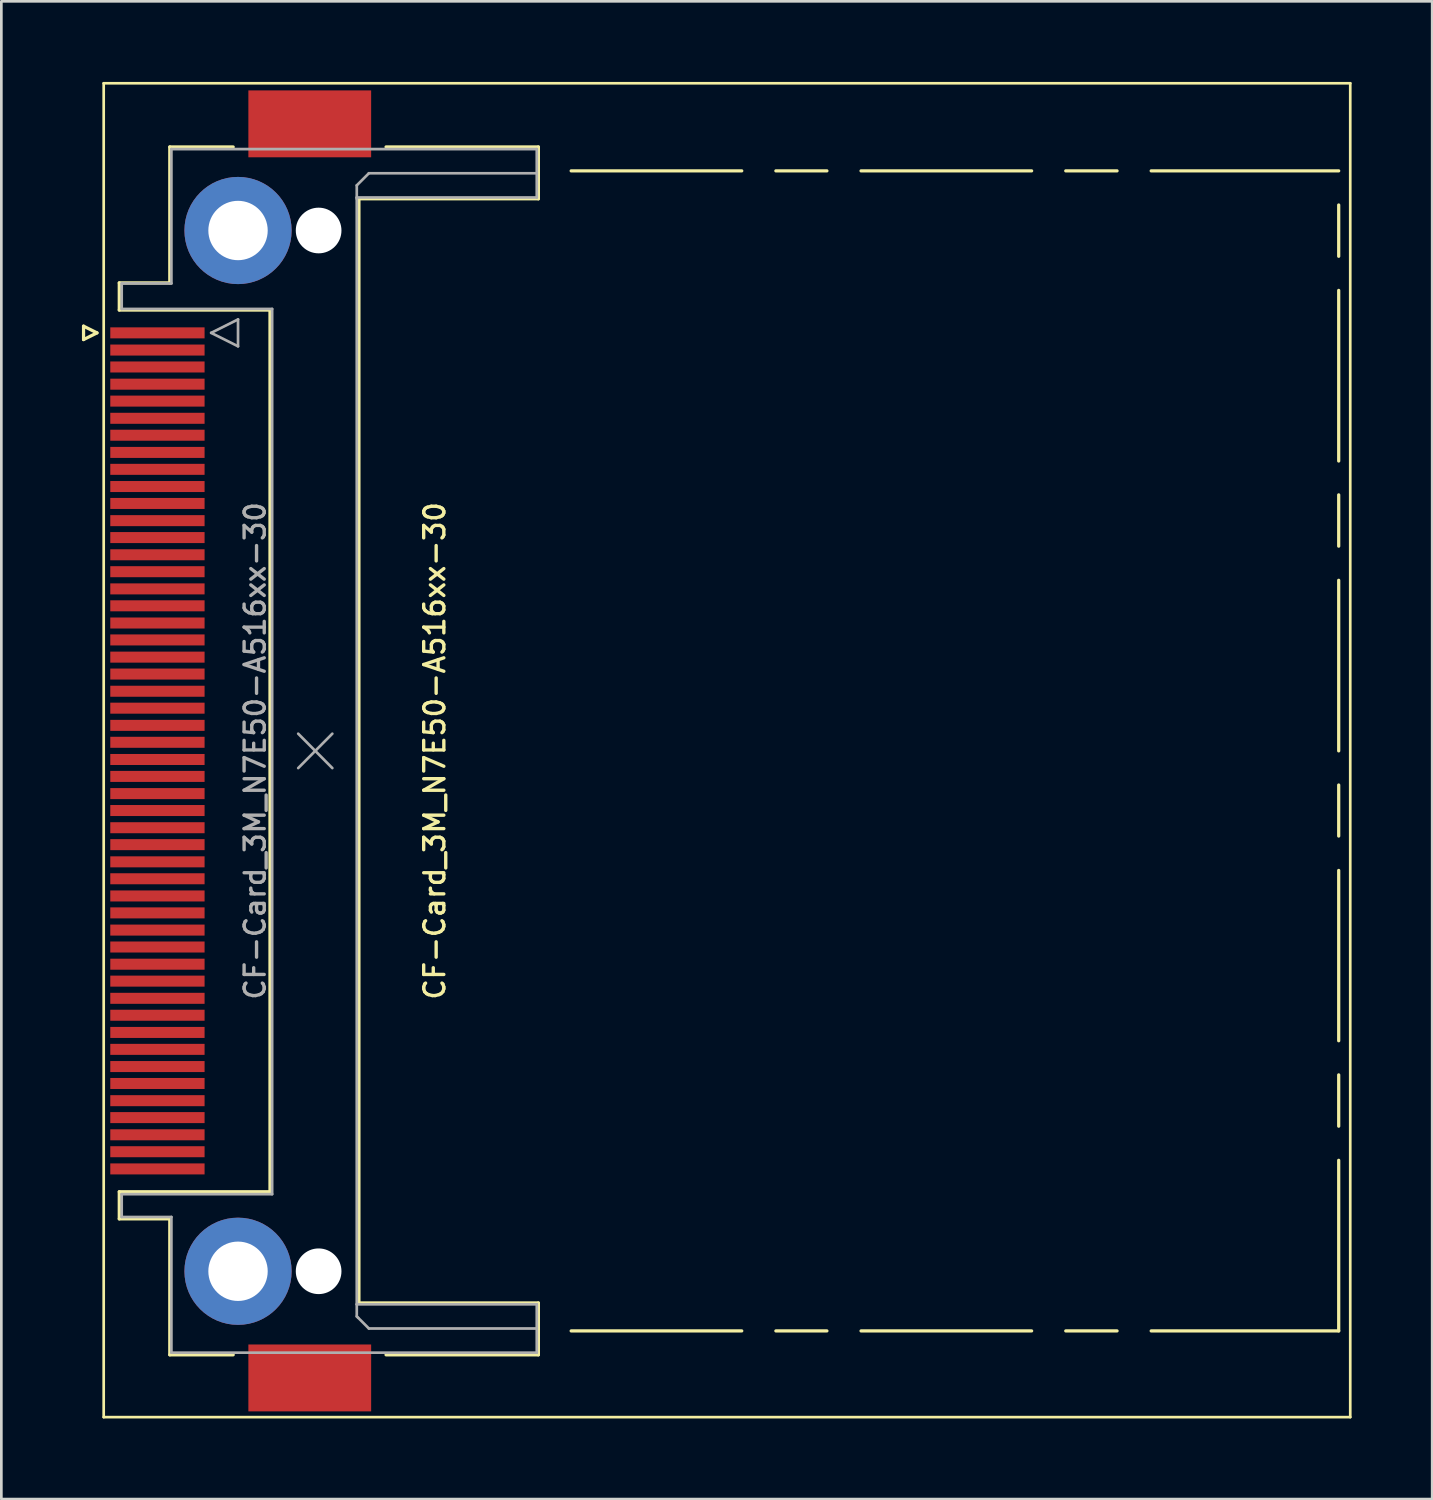
<source format=kicad_pcb>
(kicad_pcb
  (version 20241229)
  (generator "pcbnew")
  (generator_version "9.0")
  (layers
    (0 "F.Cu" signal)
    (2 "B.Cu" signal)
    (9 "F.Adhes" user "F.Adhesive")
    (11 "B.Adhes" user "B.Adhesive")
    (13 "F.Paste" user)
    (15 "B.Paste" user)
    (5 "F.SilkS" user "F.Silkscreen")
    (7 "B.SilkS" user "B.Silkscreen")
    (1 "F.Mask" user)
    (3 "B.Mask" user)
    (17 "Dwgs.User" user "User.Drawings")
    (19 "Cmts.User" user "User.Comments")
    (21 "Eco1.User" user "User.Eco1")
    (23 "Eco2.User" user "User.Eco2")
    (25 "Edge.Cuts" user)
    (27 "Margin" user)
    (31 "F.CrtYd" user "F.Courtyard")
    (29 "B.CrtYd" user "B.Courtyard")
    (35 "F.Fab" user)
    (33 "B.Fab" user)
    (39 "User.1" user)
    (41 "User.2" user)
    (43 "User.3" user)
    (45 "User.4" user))
  (footprint "CF-Card_3M_N7E50-A516xx-30"
    (layer "F.Cu")
    (at 5.91 24.9)
    (property "Reference" "CF-Card_3M_N7E50-A516xx-30" (at 7.22 0 90) (layer "F.SilkS") (effects (font (size 0.75 0.75) (thickness 0.125))))
    (attr smd)
    (fp_line (start -5.85 -15.81) (end -5.85 -15.31) (stroke (width 0.12) (type solid)) (layer "F.SilkS"))
    (fp_line (start -5.85 -15.31) (end -5.35 -15.56) (stroke (width 0.12) (type solid)) (layer "F.SilkS"))
    (fp_line (start -5.35 -15.56) (end -5.85 -15.81) (stroke (width 0.12) (type solid)) (layer "F.SilkS"))
    (fp_line (start -5.1 -24.85) (end 41.3 -24.85) (stroke (width 0.1) (type solid)) (layer "F.SilkS"))
    (fp_line (start -5.1 24.8) (end -5.1 -24.85) (stroke (width 0.1) (type solid)) (layer "F.SilkS"))
    (fp_line (start -5.1 24.8) (end 41.3 24.8) (stroke (width 0.1) (type solid)) (layer "F.SilkS"))
    (fp_line (start -4.52 -17.42) (end -2.64 -17.42) (stroke (width 0.12) (type solid)) (layer "F.SilkS"))
    (fp_line (start -4.52 -16.41) (end -4.52 -17.42) (stroke (width 0.12) (type solid)) (layer "F.SilkS"))
    (fp_line (start -4.52 16.41) (end 1.09 16.41) (stroke (width 0.12) (type solid)) (layer "F.SilkS"))
    (fp_line (start -4.52 17.42) (end -4.52 16.41) (stroke (width 0.12) (type solid)) (layer "F.SilkS"))
    (fp_line (start -2.64 -22.48) (end -0.28 -22.48) (stroke (width 0.12) (type solid)) (layer "F.SilkS"))
    (fp_line (start -2.64 -17.42) (end -2.64 -22.48) (stroke (width 0.12) (type solid)) (layer "F.SilkS"))
    (fp_line (start -2.64 17.42) (end -4.52 17.42) (stroke (width 0.12) (type solid)) (layer "F.SilkS"))
    (fp_line (start -2.64 22.48) (end -2.64 17.42) (stroke (width 0.12) (type solid)) (layer "F.SilkS"))
    (fp_line (start -0.28 22.48) (end -2.64 22.48) (stroke (width 0.12) (type solid)) (layer "F.SilkS"))
    (fp_line (start 1.09 -16.41) (end -4.52 -16.41) (stroke (width 0.12) (type solid)) (layer "F.SilkS"))
    (fp_line (start 1.09 16.41) (end 1.09 -16.41) (stroke (width 0.12) (type solid)) (layer "F.SilkS"))
    (fp_line (start 4.4 -20.55) (end 11.08 -20.55) (stroke (width 0.12) (type solid)) (layer "F.SilkS"))
    (fp_line (start 4.4 20.55) (end 4.4 -20.55) (stroke (width 0.12) (type solid)) (layer "F.SilkS"))
    (fp_line (start 5.41 22.48) (end 11.08 22.48) (stroke (width 0.12) (type solid)) (layer "F.SilkS"))
    (fp_line (start 11.08 -22.48) (end 5.41 -22.48) (stroke (width 0.12) (type solid)) (layer "F.SilkS"))
    (fp_line (start 11.08 -20.55) (end 11.08 -22.48) (stroke (width 0.12) (type solid)) (layer "F.SilkS"))
    (fp_line (start 11.08 20.55) (end 4.4 20.55) (stroke (width 0.12) (type solid)) (layer "F.SilkS"))
    (fp_line (start 11.08 22.48) (end 11.08 20.55) (stroke (width 0.12) (type solid)) (layer "F.SilkS"))
    (fp_line (start 12.3 -21.59) (end 18.65 -21.59) (stroke (width 0.12) (type solid)) (layer "F.SilkS"))
    (fp_line (start 12.3 21.59) (end 18.65 21.59) (stroke (width 0.12) (type solid)) (layer "F.SilkS"))
    (fp_line (start 19.92 -21.59) (end 21.82 -21.59) (stroke (width 0.12) (type solid)) (layer "F.SilkS"))
    (fp_line (start 19.92 21.59) (end 21.82 21.59) (stroke (width 0.12) (type solid)) (layer "F.SilkS"))
    (fp_line (start 23.09 -21.59) (end 29.44 -21.59) (stroke (width 0.12) (type solid)) (layer "F.SilkS"))
    (fp_line (start 23.09 21.59) (end 29.44 21.59) (stroke (width 0.12) (type solid)) (layer "F.SilkS"))
    (fp_line (start 30.71 -21.59) (end 32.62 -21.59) (stroke (width 0.12) (type solid)) (layer "F.SilkS"))
    (fp_line (start 30.71 21.59) (end 32.62 21.59) (stroke (width 0.12) (type solid)) (layer "F.SilkS"))
    (fp_line (start 33.89 -21.59) (end 40.87 -21.59) (stroke (width 0.12) (type solid)) (layer "F.SilkS"))
    (fp_line (start 33.89 21.59) (end 40.87 21.59) (stroke (width 0.12) (type solid)) (layer "F.SilkS"))
    (fp_line (start 40.87 -18.41) (end 40.87 -20.32) (stroke (width 0.12) (type solid)) (layer "F.SilkS"))
    (fp_line (start 40.87 -10.79) (end 40.87 -17.14) (stroke (width 0.12) (type solid)) (layer "F.SilkS"))
    (fp_line (start 40.87 -7.62) (end 40.87 -9.53) (stroke (width 0.12) (type solid)) (layer "F.SilkS"))
    (fp_line (start 40.87 0) (end 40.87 -6.35) (stroke (width 0.12) (type solid)) (layer "F.SilkS"))
    (fp_line (start 40.87 3.17) (end 40.87 1.27) (stroke (width 0.12) (type solid)) (layer "F.SilkS"))
    (fp_line (start 40.87 10.79) (end 40.87 4.45) (stroke (width 0.12) (type solid)) (layer "F.SilkS"))
    (fp_line (start 40.87 13.97) (end 40.87 12.06) (stroke (width 0.12) (type solid)) (layer "F.SilkS"))
    (fp_line (start 40.87 21.59) (end 40.87 15.24) (stroke (width 0.12) (type solid)) (layer "F.SilkS"))
    (fp_line (start 41.3 24.8) (end 41.3 -24.85) (stroke (width 0.1) (type solid)) (layer "F.SilkS"))
    (fp_line (start -4.43 -17.4) (end -4.43 -16.45) (stroke (width 0.1) (type solid)) (layer "F.Fab"))
    (fp_line (start -4.43 -16.45) (end 1.17 -16.45) (stroke (width 0.1) (type solid)) (layer "F.Fab"))
    (fp_line (start -4.43 16.5) (end -4.43 17.35) (stroke (width 0.1) (type solid)) (layer "F.Fab"))
    (fp_line (start -4.43 17.35) (end -2.58 17.35) (stroke (width 0.1) (type solid)) (layer "F.Fab"))
    (fp_line (start -2.58 -22.4) (end -2.58 -17.4) (stroke (width 0.1) (type solid)) (layer "F.Fab"))
    (fp_line (start -2.58 -17.4) (end -4.43 -17.4) (stroke (width 0.1) (type solid)) (layer "F.Fab"))
    (fp_line (start -2.58 17.35) (end -2.58 22.4) (stroke (width 0.1) (type solid)) (layer "F.Fab"))
    (fp_line (start -2.58 22.4) (end 11.02 22.4) (stroke (width 0.1) (type solid)) (layer "F.Fab"))
    (fp_line (start -1.1 -15.56) (end -0.1 -15.06) (stroke (width 0.1) (type solid)) (layer "F.Fab"))
    (fp_line (start -0.1 -16.06) (end -1.1 -15.56) (stroke (width 0.1) (type solid)) (layer "F.Fab"))
    (fp_line (start -0.1 -15.06) (end -0.1 -16.06) (stroke (width 0.1) (type solid)) (layer "F.Fab"))
    (fp_line (start 1.17 -16.45) (end 1.17 16.5) (stroke (width 0.1) (type solid)) (layer "F.Fab"))
    (fp_line (start 1.17 16.5) (end -4.43 16.5) (stroke (width 0.1) (type solid)) (layer "F.Fab"))
    (fp_line (start 2.14 -0.64) (end 3.41 0.64) (stroke (width 0.1) (type solid)) (layer "F.Fab"))
    (fp_line (start 2.14 0.64) (end 3.41 -0.64) (stroke (width 0.1) (type solid)) (layer "F.Fab"))
    (fp_line (start 4.32 -21.05) (end 4.32 -20.55) (stroke (width 0.1) (type solid)) (layer "F.Fab"))
    (fp_line (start 4.32 -20.6) (end 11.02 -20.6) (stroke (width 0.1) (type solid)) (layer "F.Fab"))
    (fp_line (start 4.32 20.6) (end 4.32 -20.6) (stroke (width 0.1) (type solid)) (layer "F.Fab"))
    (fp_line (start 4.32 21.05) (end 4.32 20.6) (stroke (width 0.1) (type solid)) (layer "F.Fab"))
    (fp_line (start 4.37 21.1) (end 4.32 21.05) (stroke (width 0.1) (type solid)) (layer "F.Fab"))
    (fp_line (start 4.77 -21.5) (end 4.32 -21.05) (stroke (width 0.1) (type solid)) (layer "F.Fab"))
    (fp_line (start 4.77 21.5) (end 4.37 21.1) (stroke (width 0.1) (type solid)) (layer "F.Fab"))
    (fp_line (start 11.02 -22.4) (end -2.58 -22.4) (stroke (width 0.1) (type solid)) (layer "F.Fab"))
    (fp_line (start 11.02 -21.5) (end 4.77 -21.5) (stroke (width 0.1) (type solid)) (layer "F.Fab"))
    (fp_line (start 11.02 -20.6) (end 11.02 -22.4) (stroke (width 0.1) (type solid)) (layer "F.Fab"))
    (fp_line (start 11.02 20.6) (end 4.32 20.6) (stroke (width 0.1) (type solid)) (layer "F.Fab"))
    (fp_line (start 11.02 21.5) (end 4.77 21.5) (stroke (width 0.1) (type solid)) (layer "F.Fab"))
    (fp_line (start 11.02 22.4) (end 11.02 20.6) (stroke (width 0.1) (type solid)) (layer "F.Fab"))
    (fp_text user "${REFERENCE}" (at 0.535 0 90) (layer "F.Fab") (effects (font (size 0.75 0.75) (thickness 0.125))))
    (pad "" thru_hole circle (at -0.1 -19.37 90) (size 3.99 3.99) (drill 2.21) (layers "*.Cu" "*.Mask"))
    (pad "" thru_hole circle (at -0.1 19.37 90) (size 3.99 3.99) (drill 2.21) (layers "*.Cu" "*.Mask"))
    (pad "" smd rect (at 2.57 -23.34 90) (size 2.49 4.57) (layers "F.Cu" "F.Mask" "F.Paste"))
    (pad "" smd rect (at 2.57 23.34 90) (size 2.49 4.57) (layers "F.Cu" "F.Mask" "F.Paste"))
    (pad "" np_thru_hole circle (at 2.9 -19.37 90) (size 1.7 1.7) (drill 1.7) (layers "*.Cu" "*.Mask"))
    (pad "" np_thru_hole circle (at 2.9 19.37 90) (size 1.7 1.7) (drill 1.7) (layers "*.Cu" "*.Mask"))
    (pad "1" smd rect (at -3.1 -15.56 90) (size 0.41 3.51) (layers "F.Cu" "F.Mask" "F.Paste"))
    (pad "2" smd rect (at -3.1 -14.29 90) (size 0.41 3.51) (layers "F.Cu" "F.Mask" "F.Paste"))
    (pad "3" smd rect (at -3.1 -13.02 90) (size 0.41 3.51) (layers "F.Cu" "F.Mask" "F.Paste"))
    (pad "4" smd rect (at -3.1 -11.75 90) (size 0.41 3.51) (layers "F.Cu" "F.Mask" "F.Paste"))
    (pad "5" smd rect (at -3.1 -10.48 90) (size 0.41 3.51) (layers "F.Cu" "F.Mask" "F.Paste"))
    (pad "6" smd rect (at -3.1 -9.21 90) (size 0.41 3.51) (layers "F.Cu" "F.Mask" "F.Paste"))
    (pad "7" smd rect (at -3.1 -7.94 90) (size 0.41 3.51) (layers "F.Cu" "F.Mask" "F.Paste"))
    (pad "8" smd rect (at -3.1 -6.67 90) (size 0.41 3.51) (layers "F.Cu" "F.Mask" "F.Paste"))
    (pad "9" smd rect (at -3.1 -5.4 90) (size 0.41 3.51) (layers "F.Cu" "F.Mask" "F.Paste"))
    (pad "10" smd rect (at -3.1 -4.13 90) (size 0.41 3.51) (layers "F.Cu" "F.Mask" "F.Paste"))
    (pad "11" smd rect (at -3.1 -2.86 90) (size 0.41 3.51) (layers "F.Cu" "F.Mask" "F.Paste"))
    (pad "12" smd rect (at -3.1 -1.59 90) (size 0.41 3.51) (layers "F.Cu" "F.Mask" "F.Paste"))
    (pad "13" smd rect (at -3.1 -0.32 90) (size 0.41 3.51) (layers "F.Cu" "F.Mask" "F.Paste"))
    (pad "14" smd rect (at -3.1 0.95 90) (size 0.41 3.51) (layers "F.Cu" "F.Mask" "F.Paste"))
    (pad "15" smd rect (at -3.1 2.22 90) (size 0.41 3.51) (layers "F.Cu" "F.Mask" "F.Paste"))
    (pad "16" smd rect (at -3.1 3.49 90) (size 0.41 3.51) (layers "F.Cu" "F.Mask" "F.Paste"))
    (pad "17" smd rect (at -3.1 4.76 90) (size 0.41 3.51) (layers "F.Cu" "F.Mask" "F.Paste"))
    (pad "18" smd rect (at -3.1 6.03 90) (size 0.41 3.51) (layers "F.Cu" "F.Mask" "F.Paste"))
    (pad "19" smd rect (at -3.1 7.3 90) (size 0.41 3.51) (layers "F.Cu" "F.Mask" "F.Paste"))
    (pad "20" smd rect (at -3.1 8.57 90) (size 0.41 3.51) (layers "F.Cu" "F.Mask" "F.Paste"))
    (pad "21" smd rect (at -3.1 9.84 90) (size 0.41 3.51) (layers "F.Cu" "F.Mask" "F.Paste"))
    (pad "22" smd rect (at -3.1 11.11 90) (size 0.41 3.51) (layers "F.Cu" "F.Mask" "F.Paste"))
    (pad "23" smd rect (at -3.1 12.38 90) (size 0.41 3.51) (layers "F.Cu" "F.Mask" "F.Paste"))
    (pad "24" smd rect (at -3.1 13.65 90) (size 0.41 3.51) (layers "F.Cu" "F.Mask" "F.Paste"))
    (pad "25" smd rect (at -3.1 14.92 90) (size 0.41 3.51) (layers "F.Cu" "F.Mask" "F.Paste"))
    (pad "26" smd rect (at -3.1 -14.92 90) (size 0.41 3.51) (layers "F.Cu" "F.Mask" "F.Paste"))
    (pad "27" smd rect (at -3.1 -13.65 90) (size 0.41 3.51) (layers "F.Cu" "F.Mask" "F.Paste"))
    (pad "28" smd rect (at -3.1 -12.38 90) (size 0.41 3.51) (layers "F.Cu" "F.Mask" "F.Paste"))
    (pad "29" smd rect (at -3.1 -11.11 90) (size 0.41 3.51) (layers "F.Cu" "F.Mask" "F.Paste"))
    (pad "30" smd rect (at -3.1 -9.84 90) (size 0.41 3.51) (layers "F.Cu" "F.Mask" "F.Paste"))
    (pad "31" smd rect (at -3.1 -8.57 90) (size 0.41 3.51) (layers "F.Cu" "F.Mask" "F.Paste"))
    (pad "32" smd rect (at -3.1 -7.3 90) (size 0.41 3.51) (layers "F.Cu" "F.Mask" "F.Paste"))
    (pad "33" smd rect (at -3.1 -6.03 90) (size 0.41 3.51) (layers "F.Cu" "F.Mask" "F.Paste"))
    (pad "34" smd rect (at -3.1 -4.76 90) (size 0.41 3.51) (layers "F.Cu" "F.Mask" "F.Paste"))
    (pad "35" smd rect (at -3.1 -3.49 90) (size 0.41 3.51) (layers "F.Cu" "F.Mask" "F.Paste"))
    (pad "36" smd rect (at -3.1 -2.22 90) (size 0.41 3.51) (layers "F.Cu" "F.Mask" "F.Paste"))
    (pad "37" smd rect (at -3.1 -0.95 90) (size 0.41 3.51) (layers "F.Cu" "F.Mask" "F.Paste"))
    (pad "38" smd rect (at -3.1 0.32 90) (size 0.41 3.51) (layers "F.Cu" "F.Mask" "F.Paste"))
    (pad "39" smd rect (at -3.1 1.59 90) (size 0.41 3.51) (layers "F.Cu" "F.Mask" "F.Paste"))
    (pad "40" smd rect (at -3.1 2.86 90) (size 0.41 3.51) (layers "F.Cu" "F.Mask" "F.Paste"))
    (pad "41" smd rect (at -3.1 4.13 90) (size 0.41 3.51) (layers "F.Cu" "F.Mask" "F.Paste"))
    (pad "42" smd rect (at -3.1 5.4 90) (size 0.41 3.51) (layers "F.Cu" "F.Mask" "F.Paste"))
    (pad "43" smd rect (at -3.1 6.67 90) (size 0.41 3.51) (layers "F.Cu" "F.Mask" "F.Paste"))
    (pad "44" smd rect (at -3.1 7.94 90) (size 0.41 3.51) (layers "F.Cu" "F.Mask" "F.Paste"))
    (pad "45" smd rect (at -3.1 9.21 90) (size 0.41 3.51) (layers "F.Cu" "F.Mask" "F.Paste"))
    (pad "46" smd rect (at -3.1 10.48 90) (size 0.41 3.51) (layers "F.Cu" "F.Mask" "F.Paste"))
    (pad "47" smd rect (at -3.1 11.75 90) (size 0.41 3.51) (layers "F.Cu" "F.Mask" "F.Paste"))
    (pad "48" smd rect (at -3.1 13.02 90) (size 0.41 3.51) (layers "F.Cu" "F.Mask" "F.Paste"))
    (pad "49" smd rect (at -3.1 14.29 90) (size 0.41 3.51) (layers "F.Cu" "F.Mask" "F.Paste"))
    (pad "50" smd rect (at -3.1 15.56 90) (size 0.41 3.51) (layers "F.Cu" "F.Mask" "F.Paste")))
  (gr_rect
    (start -3 -3)
    (end 50.26 52.75)
    (stroke (width 0.1) (type default))
    (fill no)
    (layer "Edge.Cuts")))
</source>
